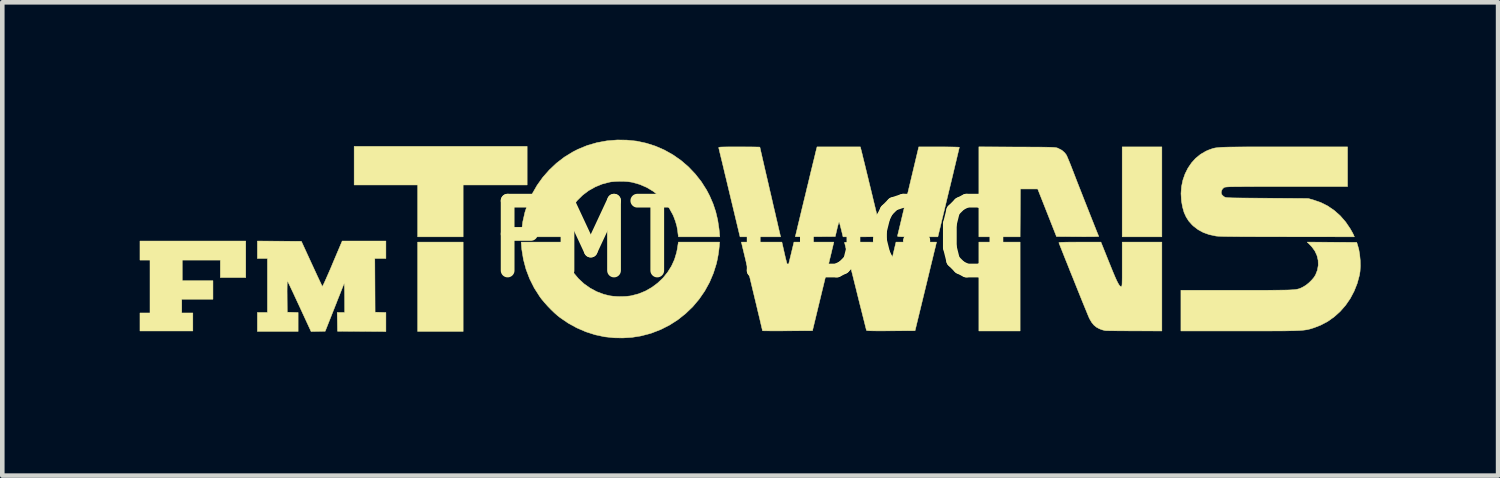
<source format=kicad_pcb>
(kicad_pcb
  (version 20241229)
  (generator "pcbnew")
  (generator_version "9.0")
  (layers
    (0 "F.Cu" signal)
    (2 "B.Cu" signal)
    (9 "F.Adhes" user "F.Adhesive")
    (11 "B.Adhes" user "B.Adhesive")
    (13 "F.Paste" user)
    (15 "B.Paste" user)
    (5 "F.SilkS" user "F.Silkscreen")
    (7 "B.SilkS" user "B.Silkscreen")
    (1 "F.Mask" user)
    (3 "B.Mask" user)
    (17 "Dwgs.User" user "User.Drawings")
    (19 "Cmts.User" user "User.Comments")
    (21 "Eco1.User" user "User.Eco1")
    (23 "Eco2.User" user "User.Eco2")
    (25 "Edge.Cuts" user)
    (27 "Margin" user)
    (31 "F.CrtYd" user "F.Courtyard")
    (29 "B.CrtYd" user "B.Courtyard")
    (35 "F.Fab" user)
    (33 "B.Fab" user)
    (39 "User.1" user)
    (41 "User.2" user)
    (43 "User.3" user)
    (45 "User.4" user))
  (footprint "FMT LOGO"
    (layer "F.Cu")
    (at 13.328 2.165)
    (property "Reference" "FMT LOGO" (at 0 0 0) (layer "F.SilkS") (effects (font (size 1.524 1.524) (thickness 0.3))))
    (attr through_hole)
    (fp_poly (pts (xy -6.269 2.02) (xy -7.262 2.02) (xy -7.262 0.069) (xy -6.269 0.069) (xy -6.269 2.02)) (stroke (width 0.01) (type solid)) (fill yes) (layer "F.SilkS"))
    (fp_poly (pts (xy 5.888 2.009) (xy 4.988 2.009) (xy 4.988 0.069) (xy 5.888 0.069) (xy 5.888 2.009)) (stroke (width 0.01) (type solid)) (fill yes) (layer "F.SilkS"))
    (fp_poly (pts (xy 8.982 -0.046) (xy 8.116 -0.046) (xy 8.116 -2.009) (xy 8.982 -2.009) (xy 8.982 -0.046)) (stroke (width 0.01) (type solid)) (fill yes) (layer "F.SilkS"))
    (fp_poly (pts (xy -4.872 -1.178) (xy -6.269 -1.178) (xy -6.269 -0.046) (xy -7.262 -0.046) (xy -7.262 -1.178) (xy -8.648 -1.178) (xy -8.648 -2.02) (xy -4.872 -2.02) (xy -4.872 -1.178)) (stroke (width 0.01) (type solid)) (fill yes) (layer "F.SilkS"))
    (fp_poly (pts (xy -11.014 0.843) (xy -11.569 0.843) (xy -11.569 0.462) (xy -12.4 0.462) (xy -12.4 0.912) (xy -11.73 0.912) (xy -11.73 1.316) (xy -12.411 1.316) (xy -12.411 1.616) (xy -12.169 1.616) (xy -12.169 2.009) (xy -13.323 2.009) (xy -13.323 1.616) (xy -13.104 1.616) (xy -13.104 0.462) (xy -13.323 0.462) (xy -13.323 0.046) (xy -11.014 0.046) (xy -11.014 0.843)) (stroke (width 0.01) (type solid)) (fill yes) (layer "F.SilkS"))
    (fp_poly (pts (xy 4.217 -2.009) (xy 4.308 -2.008) (xy 4.389 -2.007) (xy 4.457 -2.006) (xy 4.51 -2.004) (xy 4.545 -2.003) (xy 4.561 -2.001) (xy 4.561 -2) (xy 4.559 -1.988) (xy 4.551 -1.955) (xy 4.539 -1.903) (xy 4.522 -1.833) (xy 4.502 -1.747) (xy 4.478 -1.647) (xy 4.451 -1.534) (xy 4.422 -1.411) (xy 4.39 -1.278) (xy 4.356 -1.137) (xy 4.327 -1.019) (xy 4.093 -0.046) (xy 3.65 -0.046) (xy 3.537 -0.046) (xy 3.445 -0.047) (xy 3.372 -0.047) (xy 3.316 -0.048) (xy 3.274 -0.049) (xy 3.245 -0.051) (xy 3.226 -0.054) (xy 3.216 -0.057) (xy 3.212 -0.061) (xy 3.212 -0.066) (xy 3.212 -0.066) (xy 3.215 -0.08) (xy 3.224 -0.115) (xy 3.237 -0.169) (xy 3.254 -0.241) (xy 3.275 -0.328) (xy 3.299 -0.429) (xy 3.326 -0.543) (xy 3.356 -0.667) (xy 3.388 -0.801) (xy 3.421 -0.942) (xy 3.447 -1.048) (xy 3.676 -2.009) (xy 4.118 -2.009) (xy 4.217 -2.009)) (stroke (width 0.01) (type solid)) (fill yes) (layer "F.SilkS"))
    (fp_poly (pts (xy -0.144 -2.009) (xy -0.052 -2.008) (xy 0.03 -2.008) (xy 0.099 -2.007) (xy 0.153 -2.006) (xy 0.19 -2.005) (xy 0.207 -2.004) (xy 0.208 -2.003) (xy 0.21 -1.992) (xy 0.218 -1.96) (xy 0.229 -1.909) (xy 0.245 -1.842) (xy 0.263 -1.76) (xy 0.285 -1.666) (xy 0.309 -1.561) (xy 0.335 -1.448) (xy 0.363 -1.328) (xy 0.392 -1.204) (xy 0.421 -1.076) (xy 0.451 -0.949) (xy 0.48 -0.822) (xy 0.508 -0.699) (xy 0.536 -0.582) (xy 0.561 -0.471) (xy 0.585 -0.37) (xy 0.605 -0.281) (xy 0.623 -0.205) (xy 0.637 -0.143) (xy 0.648 -0.1) (xy 0.653 -0.075) (xy 0.654 -0.072) (xy 0.661 -0.046) (xy -0.225 -0.046) (xy -0.455 -1.007) (xy -0.49 -1.153) (xy -0.523 -1.292) (xy -0.555 -1.423) (xy -0.584 -1.545) (xy -0.61 -1.655) (xy -0.634 -1.753) (xy -0.654 -1.836) (xy -0.67 -1.902) (xy -0.681 -1.951) (xy -0.689 -1.981) (xy -0.69 -1.989) (xy -0.691 -1.994) (xy -0.687 -1.998) (xy -0.677 -2.001) (xy -0.659 -2.004) (xy -0.631 -2.006) (xy -0.59 -2.007) (xy -0.535 -2.008) (xy -0.464 -2.009) (xy -0.374 -2.009) (xy -0.264 -2.009) (xy -0.244 -2.009) (xy -0.144 -2.009)) (stroke (width 0.01) (type solid)) (fill yes) (layer "F.SilkS"))
    (fp_poly (pts (xy 0.75 0.341) (xy 0.767 0.416) (xy 0.784 0.481) (xy 0.798 0.535) (xy 0.809 0.574) (xy 0.817 0.595) (xy 0.82 0.598) (xy 0.825 0.583) (xy 0.835 0.549) (xy 0.848 0.499) (xy 0.863 0.437) (xy 0.881 0.365) (xy 0.89 0.326) (xy 0.952 0.069) (xy 1.822 0.069) (xy 1.805 0.141) (xy 1.8 0.164) (xy 1.789 0.207) (xy 1.775 0.269) (xy 1.756 0.347) (xy 1.733 0.441) (xy 1.708 0.548) (xy 1.679 0.666) (xy 1.648 0.793) (xy 1.616 0.928) (xy 1.582 1.068) (xy 1.572 1.108) (xy 1.356 2.003) (xy 0.811 2.006) (xy 0.701 2.007) (xy 0.599 2.007) (xy 0.506 2.007) (xy 0.425 2.007) (xy 0.358 2.006) (xy 0.308 2.006) (xy 0.276 2.005) (xy 0.266 2.004) (xy 0.263 1.993) (xy 0.255 1.961) (xy 0.243 1.91) (xy 0.227 1.842) (xy 0.208 1.76) (xy 0.185 1.664) (xy 0.159 1.557) (xy 0.132 1.441) (xy 0.102 1.317) (xy 0.071 1.188) (xy 0.039 1.055) (xy 0.007 0.92) (xy -0.025 0.785) (xy -0.057 0.653) (xy -0.088 0.523) (xy -0.117 0.4) (xy -0.145 0.284) (xy -0.171 0.177) (xy -0.19 0.095) (xy -0.197 0.069) (xy 0.688 0.069) (xy 0.75 0.341)) (stroke (width 0.01) (type solid)) (fill yes) (layer "F.SilkS"))
    (fp_poly (pts (xy 5.822 -2.006) (xy 5.981 -2.006) (xy 6.118 -2.005) (xy 6.235 -2.005) (xy 6.335 -2.004) (xy 6.418 -2.003) (xy 6.487 -2.002) (xy 6.543 -2.001) (xy 6.587 -1.999) (xy 6.622 -1.997) (xy 6.649 -1.995) (xy 6.669 -1.992) (xy 6.685 -1.989) (xy 6.699 -1.985) (xy 6.711 -1.981) (xy 6.719 -1.977) (xy 6.8 -1.935) (xy 6.863 -1.879) (xy 6.898 -1.832) (xy 6.909 -1.809) (xy 6.927 -1.767) (xy 6.951 -1.71) (xy 6.979 -1.642) (xy 7.009 -1.566) (xy 7.04 -1.485) (xy 7.041 -1.484) (xy 7.064 -1.424) (xy 7.092 -1.351) (xy 7.125 -1.266) (xy 7.162 -1.171) (xy 7.202 -1.07) (xy 7.244 -0.963) (xy 7.287 -0.853) (xy 7.331 -0.742) (xy 7.374 -0.633) (xy 7.416 -0.527) (xy 7.456 -0.426) (xy 7.493 -0.333) (xy 7.526 -0.25) (xy 7.554 -0.179) (xy 7.577 -0.122) (xy 7.594 -0.081) (xy 7.603 -0.058) (xy 7.605 -0.055) (xy 7.595 -0.053) (xy 7.564 -0.051) (xy 7.515 -0.05) (xy 7.45 -0.049) (xy 7.372 -0.049) (xy 7.283 -0.048) (xy 7.184 -0.049) (xy 7.146 -0.049) (xy 6.682 -0.052) (xy 6.477 -0.572) (xy 6.272 -1.091) (xy 5.894 -1.091) (xy 5.891 -0.569) (xy 5.888 -0.046) (xy 4.988 -0.046) (xy 4.988 -2.01) (xy 5.822 -2.006)) (stroke (width 0.01) (type solid)) (fill yes) (layer "F.SilkS"))
    (fp_poly (pts (xy -2.696 -2.157) (xy -2.482 -2.135) (xy -2.273 -2.09) (xy -2.07 -2.025) (xy -1.875 -1.94) (xy -1.69 -1.836) (xy -1.515 -1.714) (xy -1.353 -1.575) (xy -1.205 -1.42) (xy -1.071 -1.25) (xy -0.955 -1.067) (xy -0.889 -0.941) (xy -0.814 -0.768) (xy -0.756 -0.594) (xy -0.713 -0.413) (xy -0.684 -0.22) (xy -0.675 -0.136) (xy -0.668 -0.046) (xy -1.569 -0.046) (xy -1.575 -0.084) (xy -1.58 -0.118) (xy -1.585 -0.162) (xy -1.587 -0.181) (xy -1.604 -0.277) (xy -1.634 -0.382) (xy -1.673 -0.487) (xy -1.691 -0.528) (xy -1.774 -0.678) (xy -1.874 -0.814) (xy -1.989 -0.934) (xy -2.118 -1.038) (xy -2.259 -1.123) (xy -2.411 -1.189) (xy -2.571 -1.235) (xy -2.598 -1.24) (xy -2.675 -1.251) (xy -2.766 -1.257) (xy -2.862 -1.258) (xy -2.956 -1.254) (xy -3.039 -1.246) (xy -3.068 -1.241) (xy -3.232 -1.199) (xy -3.385 -1.136) (xy -3.528 -1.056) (xy -3.658 -0.958) (xy -3.774 -0.845) (xy -3.874 -0.718) (xy -3.958 -0.578) (xy -4.024 -0.428) (xy -4.07 -0.268) (xy -4.093 -0.124) (xy -4.101 -0.046) (xy -5.003 -0.046) (xy -4.995 -0.156) (xy -4.968 -0.372) (xy -4.92 -0.584) (xy -4.851 -0.788) (xy -4.762 -0.984) (xy -4.655 -1.17) (xy -4.53 -1.345) (xy -4.388 -1.506) (xy -4.231 -1.654) (xy -4.059 -1.786) (xy -3.873 -1.9) (xy -3.762 -1.957) (xy -3.56 -2.04) (xy -3.349 -2.101) (xy -3.131 -2.141) (xy -2.906 -2.16) (xy -2.696 -2.157)) (stroke (width 0.01) (type solid)) (fill yes) (layer "F.SilkS"))
    (fp_poly (pts (xy 7.829 0.51) (xy 7.879 0.633) (xy 7.921 0.736) (xy 7.957 0.821) (xy 7.987 0.889) (xy 8.013 0.942) (xy 8.034 0.981) (xy 8.052 1.009) (xy 8.067 1.027) (xy 8.081 1.036) (xy 8.093 1.039) (xy 8.099 1.039) (xy 8.104 1.036) (xy 8.107 1.028) (xy 8.11 1.014) (xy 8.113 0.991) (xy 8.114 0.958) (xy 8.115 0.912) (xy 8.116 0.851) (xy 8.116 0.773) (xy 8.116 0.676) (xy 8.116 0.558) (xy 8.116 0.069) (xy 8.982 0.069) (xy 8.982 2.009) (xy 8.379 2.007) (xy 8.262 2.007) (xy 8.152 2.006) (xy 8.05 2.006) (xy 7.959 2.005) (xy 7.882 2.004) (xy 7.819 2.003) (xy 7.775 2.002) (xy 7.75 2.001) (xy 7.747 2.001) (xy 7.683 1.985) (xy 7.618 1.961) (xy 7.562 1.931) (xy 7.554 1.926) (xy 7.499 1.881) (xy 7.451 1.823) (xy 7.407 1.748) (xy 7.396 1.727) (xy 7.387 1.705) (xy 7.369 1.663) (xy 7.345 1.604) (xy 7.314 1.529) (xy 7.277 1.439) (xy 7.236 1.338) (xy 7.191 1.226) (xy 7.142 1.105) (xy 7.091 0.978) (xy 7.038 0.845) (xy 6.983 0.71) (xy 6.929 0.573) (xy 6.874 0.437) (xy 6.821 0.303) (xy 6.77 0.174) (xy 6.734 0.084) (xy 6.737 0.08) (xy 6.751 0.077) (xy 6.776 0.074) (xy 6.815 0.073) (xy 6.87 0.071) (xy 6.942 0.07) (xy 7.033 0.07) (xy 7.145 0.069) (xy 7.19 0.069) (xy 7.652 0.069) (xy 7.829 0.51)) (stroke (width 0.01) (type solid)) (fill yes) (layer "F.SilkS"))
    (fp_poly (pts (xy -9.8 0.052) (xy -9.577 0.537) (xy -9.531 0.636) (xy -9.488 0.729) (xy -9.449 0.814) (xy -9.414 0.888) (xy -9.385 0.949) (xy -9.363 0.996) (xy -9.349 1.026) (xy -9.344 1.036) (xy -9.337 1.029) (xy -9.322 1.002) (xy -9.299 0.955) (xy -9.269 0.888) (xy -9.232 0.804) (xy -9.187 0.702) (xy -9.136 0.583) (xy -9.122 0.548) (xy -8.909 0.046) (xy -7.955 0.046) (xy -7.955 0.427) (xy -8.197 0.427) (xy -8.191 1.599) (xy -7.955 1.606) (xy -7.955 2.021) (xy -8.483 2.018) (xy -9.011 2.015) (xy -9.014 1.81) (xy -9.018 1.605) (xy -8.855 1.605) (xy -8.856 1.279) (xy -8.857 1.175) (xy -8.858 1.092) (xy -8.86 1.031) (xy -8.862 0.992) (xy -8.866 0.975) (xy -8.868 0.976) (xy -8.874 0.991) (xy -8.888 1.025) (xy -8.909 1.077) (xy -8.935 1.143) (xy -8.966 1.222) (xy -9.002 1.311) (xy -9.04 1.409) (xy -9.079 1.507) (xy -9.28 2.015) (xy -9.434 2.018) (xy -9.588 2.021) (xy -9.842 1.471) (xy -9.891 1.366) (xy -9.937 1.267) (xy -9.979 1.176) (xy -10.017 1.096) (xy -10.049 1.028) (xy -10.075 0.975) (xy -10.093 0.937) (xy -10.103 0.918) (xy -10.105 0.916) (xy -10.107 0.926) (xy -10.109 0.956) (xy -10.11 1.003) (xy -10.111 1.065) (xy -10.112 1.14) (xy -10.111 1.223) (xy -10.111 1.255) (xy -10.108 1.599) (xy -9.871 1.606) (xy -9.871 2.02) (xy -10.76 2.02) (xy -10.76 1.605) (xy -10.541 1.605) (xy -10.541 0.427) (xy -10.76 0.427) (xy -10.76 0.046) (xy -9.8 0.052)) (stroke (width 0.01) (type solid)) (fill yes) (layer "F.SilkS"))
    (fp_poly (pts (xy -4.093 0.141) (xy -4.063 0.306) (xy -4.012 0.462) (xy -3.942 0.609) (xy -3.854 0.745) (xy -3.75 0.869) (xy -3.631 0.979) (xy -3.498 1.073) (xy -3.354 1.151) (xy -3.199 1.209) (xy -3.068 1.241) (xy -2.992 1.251) (xy -2.901 1.257) (xy -2.805 1.258) (xy -2.711 1.254) (xy -2.627 1.245) (xy -2.598 1.24) (xy -2.441 1.199) (xy -2.291 1.138) (xy -2.152 1.059) (xy -2.023 0.963) (xy -1.907 0.853) (xy -1.807 0.729) (xy -1.722 0.594) (xy -1.656 0.45) (xy -1.61 0.298) (xy -1.593 0.212) (xy -1.586 0.166) (xy -1.58 0.125) (xy -1.575 0.098) (xy -1.575 0.095) (xy -1.57 0.069) (xy -0.671 0.069) (xy -0.677 0.147) (xy -0.687 0.24) (xy -0.701 0.341) (xy -0.719 0.439) (xy -0.738 0.526) (xy -0.74 0.536) (xy -0.806 0.746) (xy -0.891 0.947) (xy -0.996 1.137) (xy -1.118 1.314) (xy -1.257 1.479) (xy -1.412 1.628) (xy -1.58 1.762) (xy -1.762 1.879) (xy -1.955 1.977) (xy -2.159 2.056) (xy -2.209 2.071) (xy -2.397 2.119) (xy -2.587 2.149) (xy -2.784 2.161) (xy -2.973 2.158) (xy -3.18 2.136) (xy -3.387 2.092) (xy -3.59 2.027) (xy -3.787 1.942) (xy -3.975 1.839) (xy -4.152 1.718) (xy -4.208 1.674) (xy -4.275 1.615) (xy -4.349 1.544) (xy -4.425 1.465) (xy -4.496 1.386) (xy -4.558 1.311) (xy -4.593 1.264) (xy -4.716 1.072) (xy -4.817 0.871) (xy -4.896 0.663) (xy -4.953 0.449) (xy -4.989 0.229) (xy -4.994 0.17) (xy -5.002 0.069) (xy -4.101 0.069) (xy -4.093 0.141)) (stroke (width 0.01) (type solid)) (fill yes) (layer "F.SilkS"))
    (fp_poly (pts (xy 12.695 0.072) (xy 13.235 0.075) (xy 13.25 0.121) (xy 13.28 0.225) (xy 13.3 0.343) (xy 13.312 0.468) (xy 13.315 0.591) (xy 13.308 0.707) (xy 13.295 0.791) (xy 13.246 0.971) (xy 13.178 1.142) (xy 13.093 1.302) (xy 12.991 1.45) (xy 12.874 1.583) (xy 12.744 1.7) (xy 12.602 1.801) (xy 12.448 1.882) (xy 12.302 1.939) (xy 12.269 1.949) (xy 12.239 1.959) (xy 12.21 1.967) (xy 12.18 1.974) (xy 12.15 1.981) (xy 12.116 1.986) (xy 12.078 1.991) (xy 12.034 1.995) (xy 11.983 1.999) (xy 11.923 2.001) (xy 11.854 2.004) (xy 11.773 2.005) (xy 11.679 2.007) (xy 11.571 2.008) (xy 11.448 2.008) (xy 11.307 2.009) (xy 11.149 2.009) (xy 10.97 2.009) (xy 10.77 2.009) (xy 10.689 2.009) (xy 9.398 2.009) (xy 9.398 1.12) (xy 10.625 1.12) (xy 10.825 1.12) (xy 11.003 1.12) (xy 11.161 1.12) (xy 11.3 1.12) (xy 11.422 1.119) (xy 11.527 1.118) (xy 11.618 1.117) (xy 11.695 1.116) (xy 11.76 1.114) (xy 11.815 1.111) (xy 11.861 1.108) (xy 11.898 1.104) (xy 11.93 1.099) (xy 11.956 1.093) (xy 11.979 1.087) (xy 11.999 1.079) (xy 12.019 1.071) (xy 12.039 1.061) (xy 12.061 1.05) (xy 12.065 1.048) (xy 12.123 1.013) (xy 12.185 0.964) (xy 12.244 0.907) (xy 12.296 0.848) (xy 12.332 0.793) (xy 12.335 0.788) (xy 12.377 0.682) (xy 12.396 0.574) (xy 12.393 0.467) (xy 12.368 0.363) (xy 12.322 0.263) (xy 12.254 0.17) (xy 12.223 0.137) (xy 12.155 0.069) (xy 12.695 0.072)) (stroke (width 0.01) (type solid)) (fill yes) (layer "F.SilkS"))
    (fp_poly (pts (xy 2.412 -1.965) (xy 2.418 -1.942) (xy 2.429 -1.899) (xy 2.444 -1.839) (xy 2.462 -1.763) (xy 2.484 -1.675) (xy 2.509 -1.574) (xy 2.535 -1.465) (xy 2.564 -1.348) (xy 2.593 -1.226) (xy 2.624 -1.1) (xy 2.655 -0.973) (xy 2.685 -0.846) (xy 2.715 -0.723) (xy 2.744 -0.603) (xy 2.771 -0.491) (xy 2.796 -0.387) (xy 2.819 -0.294) (xy 2.838 -0.213) (xy 2.854 -0.147) (xy 2.866 -0.098) (xy 2.873 -0.067) (xy 2.875 -0.057) (xy 2.863 -0.054) (xy 2.83 -0.052) (xy 2.776 -0.05) (xy 2.703 -0.048) (xy 2.612 -0.047) (xy 2.503 -0.046) (xy 2.449 -0.046) (xy 2.023 -0.046) (xy 1.986 -0.199) (xy 1.971 -0.257) (xy 1.958 -0.307) (xy 1.947 -0.345) (xy 1.94 -0.366) (xy 1.939 -0.368) (xy 1.934 -0.364) (xy 1.924 -0.34) (xy 1.912 -0.298) (xy 1.897 -0.241) (xy 1.892 -0.218) (xy 1.853 -0.052) (xy 1.417 -0.049) (xy 1.319 -0.048) (xy 1.229 -0.048) (xy 1.149 -0.048) (xy 1.082 -0.048) (xy 1.03 -0.048) (xy 0.996 -0.049) (xy 0.982 -0.05) (xy 0.981 -0.05) (xy 0.984 -0.062) (xy 0.992 -0.094) (xy 1.004 -0.144) (xy 1.02 -0.211) (xy 1.039 -0.293) (xy 1.062 -0.387) (xy 1.087 -0.491) (xy 1.114 -0.604) (xy 1.143 -0.724) (xy 1.173 -0.848) (xy 1.204 -0.974) (xy 1.234 -1.101) (xy 1.265 -1.227) (xy 1.294 -1.349) (xy 1.322 -1.466) (xy 1.349 -1.575) (xy 1.373 -1.675) (xy 1.395 -1.763) (xy 1.413 -1.838) (xy 1.427 -1.898) (xy 1.438 -1.94) (xy 1.443 -1.963) (xy 1.444 -1.966) (xy 1.456 -2.009) (xy 2.401 -2.009) (xy 2.412 -1.965)) (stroke (width 0.01) (type solid)) (fill yes) (layer "F.SilkS"))
    (fp_poly (pts (xy 2.592 0.069) (xy 2.682 0.07) (xy 2.753 0.07) (xy 2.808 0.071) (xy 2.849 0.073) (xy 2.877 0.075) (xy 2.895 0.077) (xy 2.906 0.081) (xy 2.912 0.085) (xy 2.913 0.089) (xy 2.918 0.106) (xy 2.927 0.142) (xy 2.939 0.193) (xy 2.954 0.256) (xy 2.972 0.327) (xy 2.98 0.361) (xy 2.998 0.433) (xy 3.014 0.495) (xy 3.028 0.545) (xy 3.04 0.58) (xy 3.047 0.597) (xy 3.049 0.598) (xy 3.054 0.583) (xy 3.063 0.549) (xy 3.076 0.499) (xy 3.091 0.437) (xy 3.109 0.365) (xy 3.118 0.326) (xy 3.179 0.069) (xy 4.064 0.069) (xy 4.056 0.101) (xy 4.052 0.117) (xy 4.044 0.154) (xy 4.03 0.209) (xy 4.012 0.282) (xy 3.991 0.37) (xy 3.966 0.473) (xy 3.938 0.587) (xy 3.908 0.712) (xy 3.876 0.845) (xy 3.842 0.986) (xy 3.822 1.068) (xy 3.595 2.003) (xy 3.067 2.006) (xy 2.938 2.007) (xy 2.83 2.007) (xy 2.742 2.007) (xy 2.672 2.006) (xy 2.618 2.005) (xy 2.579 2.003) (xy 2.553 2.001) (xy 2.539 1.998) (xy 2.534 1.995) (xy 2.531 1.981) (xy 2.522 1.948) (xy 2.509 1.896) (xy 2.492 1.828) (xy 2.471 1.745) (xy 2.447 1.65) (xy 2.421 1.545) (xy 2.392 1.432) (xy 2.362 1.312) (xy 2.331 1.187) (xy 2.3 1.061) (xy 2.268 0.934) (xy 2.237 0.808) (xy 2.206 0.686) (xy 2.177 0.57) (xy 2.15 0.461) (xy 2.126 0.362) (xy 2.104 0.274) (xy 2.085 0.2) (xy 2.071 0.141) (xy 2.061 0.1) (xy 2.056 0.078) (xy 2.055 0.075) (xy 2.066 0.074) (xy 2.098 0.073) (xy 2.148 0.072) (xy 2.213 0.071) (xy 2.291 0.07) (xy 2.379 0.069) (xy 2.475 0.069) (xy 2.481 0.069) (xy 2.592 0.069)) (stroke (width 0.01) (type solid)) (fill yes) (layer "F.SilkS"))
    (fp_poly (pts (xy 11.588 -2.009) (xy 11.649 -2.009) (xy 13.035 -2.009) (xy 13.035 -1.143) (xy 11.704 -1.143) (xy 11.501 -1.143) (xy 11.319 -1.143) (xy 11.158 -1.143) (xy 11.016 -1.143) (xy 10.892 -1.142) (xy 10.785 -1.142) (xy 10.693 -1.141) (xy 10.616 -1.141) (xy 10.551 -1.14) (xy 10.498 -1.139) (xy 10.455 -1.138) (xy 10.421 -1.136) (xy 10.395 -1.134) (xy 10.376 -1.132) (xy 10.362 -1.13) (xy 10.351 -1.127) (xy 10.344 -1.124) (xy 10.337 -1.121) (xy 10.337 -1.12) (xy 10.304 -1.09) (xy 10.284 -1.049) (xy 10.278 -1.006) (xy 10.288 -0.972) (xy 10.309 -0.946) (xy 10.34 -0.922) (xy 10.345 -0.918) (xy 10.353 -0.914) (xy 10.362 -0.91) (xy 10.373 -0.907) (xy 10.389 -0.904) (xy 10.411 -0.902) (xy 10.44 -0.9) (xy 10.478 -0.898) (xy 10.527 -0.896) (xy 10.587 -0.895) (xy 10.662 -0.894) (xy 10.752 -0.893) (xy 10.859 -0.892) (xy 10.984 -0.891) (xy 11.129 -0.89) (xy 11.28 -0.889) (xy 12.175 -0.883) (xy 12.286 -0.852) (xy 12.449 -0.796) (xy 12.602 -0.719) (xy 12.744 -0.622) (xy 12.874 -0.507) (xy 12.991 -0.373) (xy 13.094 -0.222) (xy 13.098 -0.214) (xy 13.124 -0.169) (xy 13.148 -0.126) (xy 13.164 -0.093) (xy 13.167 -0.086) (xy 13.184 -0.046) (xy 11.721 -0.047) (xy 11.497 -0.048) (xy 11.295 -0.048) (xy 11.113 -0.048) (xy 10.952 -0.049) (xy 10.809 -0.049) (xy 10.683 -0.05) (xy 10.574 -0.051) (xy 10.48 -0.052) (xy 10.401 -0.053) (xy 10.334 -0.054) (xy 10.279 -0.056) (xy 10.235 -0.058) (xy 10.2 -0.06) (xy 10.174 -0.062) (xy 10.158 -0.064) (xy 10.014 -0.095) (xy 9.886 -0.141) (xy 9.772 -0.203) (xy 9.669 -0.282) (xy 9.639 -0.311) (xy 9.568 -0.391) (xy 9.512 -0.479) (xy 9.467 -0.578) (xy 9.435 -0.691) (xy 9.411 -0.821) (xy 9.409 -0.843) (xy 9.4 -0.993) (xy 9.411 -1.141) (xy 9.441 -1.284) (xy 9.488 -1.419) (xy 9.551 -1.545) (xy 9.629 -1.66) (xy 9.72 -1.761) (xy 9.825 -1.846) (xy 9.941 -1.914) (xy 9.998 -1.939) (xy 10.025 -1.949) (xy 10.049 -1.958) (xy 10.072 -1.966) (xy 10.095 -1.974) (xy 10.12 -1.98) (xy 10.148 -1.986) (xy 10.18 -1.99) (xy 10.218 -1.994) (xy 10.263 -1.998) (xy 10.315 -2.001) (xy 10.378 -2.003) (xy 10.451 -2.005) (xy 10.537 -2.006) (xy 10.636 -2.007) (xy 10.75 -2.008) (xy 10.88 -2.009) (xy 11.028 -2.009) (xy 11.194 -2.009) (xy 11.38 -2.009) (xy 11.588 -2.009)) (stroke (width 0.01) (type solid)) (fill yes) (layer "F.SilkS")))
  (gr_rect
    (start -3 -3)
    (end 29.649 7.331)
    (stroke (width 0.1) (type default))
    (fill no)
    (layer "Edge.Cuts")))
</source>
